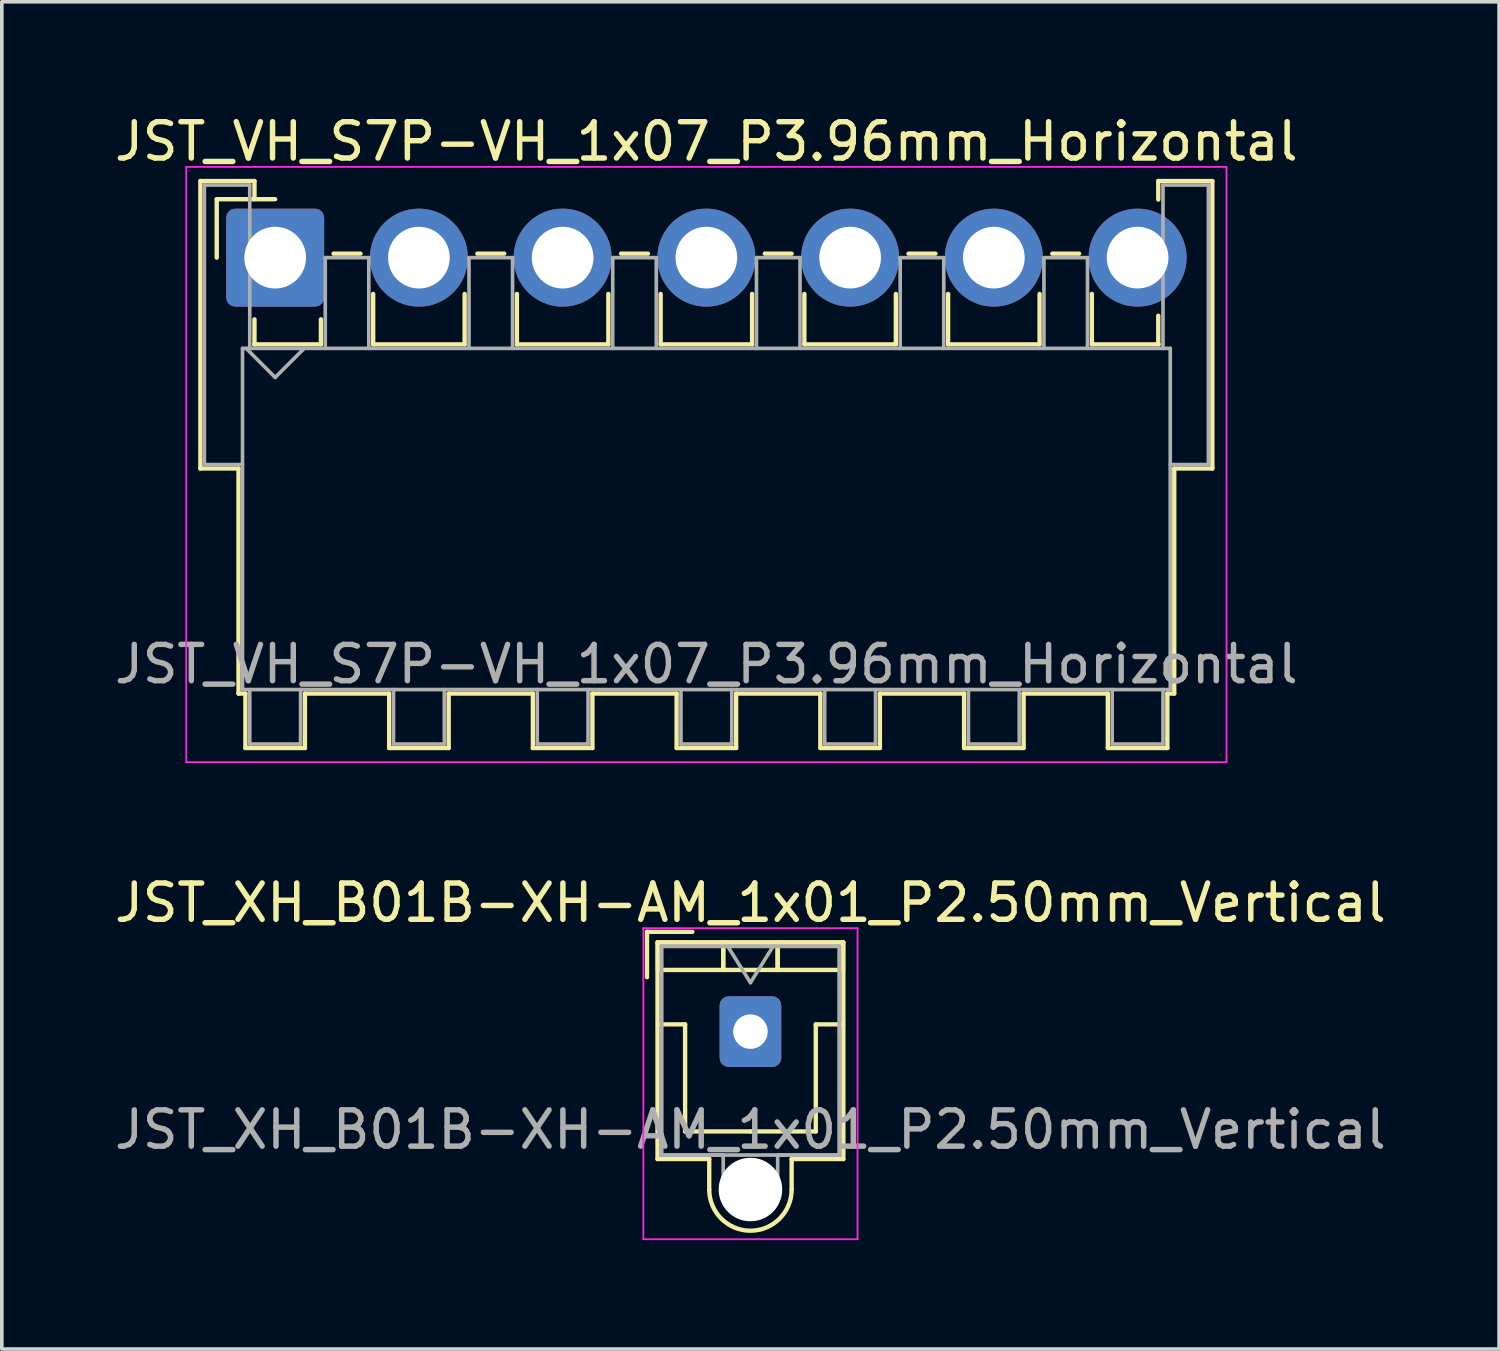
<source format=kicad_pcb>
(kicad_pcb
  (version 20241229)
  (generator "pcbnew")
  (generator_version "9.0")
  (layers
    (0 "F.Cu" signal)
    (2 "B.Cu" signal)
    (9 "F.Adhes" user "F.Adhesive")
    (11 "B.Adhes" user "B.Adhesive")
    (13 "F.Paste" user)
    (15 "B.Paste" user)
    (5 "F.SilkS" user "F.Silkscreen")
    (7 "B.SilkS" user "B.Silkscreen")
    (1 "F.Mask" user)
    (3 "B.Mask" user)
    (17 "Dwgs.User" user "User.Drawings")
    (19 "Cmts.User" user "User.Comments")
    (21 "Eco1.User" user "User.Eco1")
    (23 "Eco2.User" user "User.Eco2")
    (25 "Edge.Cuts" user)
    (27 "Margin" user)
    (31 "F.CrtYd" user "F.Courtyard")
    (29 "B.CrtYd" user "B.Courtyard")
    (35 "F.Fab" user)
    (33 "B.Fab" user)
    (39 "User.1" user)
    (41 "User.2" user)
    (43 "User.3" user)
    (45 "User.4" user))
  (footprint "JST_VH_S7P-VH_1x07_P3.96mm_Horizontal"
    (layer "F.Cu")
    (at 4.531 4.048)
    (property "Reference" "JST_VH_S7P-VH_1x07_P3.96mm_Horizontal" (at 11.88 -3.2 0) (layer "F.SilkS") (effects (font (size 1 1) (thickness 0.15))))
    (attr through_hole)
    (fp_line (start -2.06 -2.11) (end -0.57 -2.11) (stroke (width 0.12) (type solid)) (layer "F.SilkS"))
    (fp_line (start -2.06 5.81) (end -2.06 -2.11) (stroke (width 0.12) (type solid)) (layer "F.SilkS"))
    (fp_line (start -1.61 -1.61) (end -1.61 0) (stroke (width 0.12) (type solid)) (layer "F.SilkS"))
    (fp_line (start -1.01 5.81) (end -2.06 5.81) (stroke (width 0.12) (type solid)) (layer "F.SilkS"))
    (fp_line (start -1.01 5.81) (end -1.01 12.01) (stroke (width 0.12) (type solid)) (layer "F.SilkS"))
    (fp_line (start -1.01 12.01) (end -0.82 12.01) (stroke (width 0.12) (type solid)) (layer "F.SilkS"))
    (fp_line (start -0.82 12.01) (end -0.82 13.51) (stroke (width 0.12) (type solid)) (layer "F.SilkS"))
    (fp_line (start -0.82 13.51) (end 0.82 13.51) (stroke (width 0.12) (type solid)) (layer "F.SilkS"))
    (fp_line (start -0.58 2.39) (end 1.26 2.39) (stroke (width 0.12) (type solid)) (layer "F.SilkS"))
    (fp_line (start -0.57 -2.11) (end -0.57 -1.61) (stroke (width 0.12) (type solid)) (layer "F.SilkS"))
    (fp_line (start -0.57 1.7) (end -0.57 2.39) (stroke (width 0.12) (type solid)) (layer "F.SilkS"))
    (fp_line (start 0 -1.61) (end -1.61 -1.61) (stroke (width 0.12) (type solid)) (layer "F.SilkS"))
    (fp_line (start 0.82 12.01) (end 3.14 12.01) (stroke (width 0.12) (type solid)) (layer "F.SilkS"))
    (fp_line (start 0.82 13.51) (end 0.82 12.01) (stroke (width 0.12) (type solid)) (layer "F.SilkS"))
    (fp_line (start 1.26 2.39) (end 1.26 1.7) (stroke (width 0.12) (type solid)) (layer "F.SilkS"))
    (fp_line (start 1.61 -0.11) (end 2.35 -0.11) (stroke (width 0.12) (type solid)) (layer "F.SilkS"))
    (fp_line (start 2.7 1) (end 2.7 2.39) (stroke (width 0.12) (type solid)) (layer "F.SilkS"))
    (fp_line (start 2.7 2.39) (end 5.22 2.39) (stroke (width 0.12) (type solid)) (layer "F.SilkS"))
    (fp_line (start 3.14 12.01) (end 3.14 13.51) (stroke (width 0.12) (type solid)) (layer "F.SilkS"))
    (fp_line (start 3.14 13.51) (end 4.78 13.51) (stroke (width 0.12) (type solid)) (layer "F.SilkS"))
    (fp_line (start 4.78 12.01) (end 7.1 12.01) (stroke (width 0.12) (type solid)) (layer "F.SilkS"))
    (fp_line (start 4.78 13.51) (end 4.78 12.01) (stroke (width 0.12) (type solid)) (layer "F.SilkS"))
    (fp_line (start 5.22 2.39) (end 5.22 1) (stroke (width 0.12) (type solid)) (layer "F.SilkS"))
    (fp_line (start 5.57 -0.11) (end 6.31 -0.11) (stroke (width 0.12) (type solid)) (layer "F.SilkS"))
    (fp_line (start 6.66 1) (end 6.66 2.39) (stroke (width 0.12) (type solid)) (layer "F.SilkS"))
    (fp_line (start 6.66 2.39) (end 9.18 2.39) (stroke (width 0.12) (type solid)) (layer "F.SilkS"))
    (fp_line (start 7.1 12.01) (end 7.1 13.51) (stroke (width 0.12) (type solid)) (layer "F.SilkS"))
    (fp_line (start 7.1 13.51) (end 8.74 13.51) (stroke (width 0.12) (type solid)) (layer "F.SilkS"))
    (fp_line (start 8.74 12.01) (end 11.06 12.01) (stroke (width 0.12) (type solid)) (layer "F.SilkS"))
    (fp_line (start 8.74 13.51) (end 8.74 12.01) (stroke (width 0.12) (type solid)) (layer "F.SilkS"))
    (fp_line (start 9.18 2.39) (end 9.18 1) (stroke (width 0.12) (type solid)) (layer "F.SilkS"))
    (fp_line (start 9.53 -0.11) (end 10.27 -0.11) (stroke (width 0.12) (type solid)) (layer "F.SilkS"))
    (fp_line (start 10.62 1) (end 10.62 2.39) (stroke (width 0.12) (type solid)) (layer "F.SilkS"))
    (fp_line (start 10.62 2.39) (end 13.14 2.39) (stroke (width 0.12) (type solid)) (layer "F.SilkS"))
    (fp_line (start 11.06 12.01) (end 11.06 13.51) (stroke (width 0.12) (type solid)) (layer "F.SilkS"))
    (fp_line (start 11.06 13.51) (end 12.7 13.51) (stroke (width 0.12) (type solid)) (layer "F.SilkS"))
    (fp_line (start 12.7 12.01) (end 15.02 12.01) (stroke (width 0.12) (type solid)) (layer "F.SilkS"))
    (fp_line (start 12.7 13.51) (end 12.7 12.01) (stroke (width 0.12) (type solid)) (layer "F.SilkS"))
    (fp_line (start 13.14 2.39) (end 13.14 1) (stroke (width 0.12) (type solid)) (layer "F.SilkS"))
    (fp_line (start 13.49 -0.11) (end 14.23 -0.11) (stroke (width 0.12) (type solid)) (layer "F.SilkS"))
    (fp_line (start 14.58 1) (end 14.58 2.39) (stroke (width 0.12) (type solid)) (layer "F.SilkS"))
    (fp_line (start 14.58 2.39) (end 17.1 2.39) (stroke (width 0.12) (type solid)) (layer "F.SilkS"))
    (fp_line (start 15.02 12.01) (end 15.02 13.51) (stroke (width 0.12) (type solid)) (layer "F.SilkS"))
    (fp_line (start 15.02 13.51) (end 16.66 13.51) (stroke (width 0.12) (type solid)) (layer "F.SilkS"))
    (fp_line (start 16.66 12.01) (end 18.98 12.01) (stroke (width 0.12) (type solid)) (layer "F.SilkS"))
    (fp_line (start 16.66 13.51) (end 16.66 12.01) (stroke (width 0.12) (type solid)) (layer "F.SilkS"))
    (fp_line (start 17.1 2.39) (end 17.1 1) (stroke (width 0.12) (type solid)) (layer "F.SilkS"))
    (fp_line (start 17.45 -0.11) (end 18.19 -0.11) (stroke (width 0.12) (type solid)) (layer "F.SilkS"))
    (fp_line (start 18.54 1) (end 18.54 2.39) (stroke (width 0.12) (type solid)) (layer "F.SilkS"))
    (fp_line (start 18.54 2.39) (end 21.06 2.39) (stroke (width 0.12) (type solid)) (layer "F.SilkS"))
    (fp_line (start 18.98 12.01) (end 18.98 13.51) (stroke (width 0.12) (type solid)) (layer "F.SilkS"))
    (fp_line (start 18.98 13.51) (end 20.62 13.51) (stroke (width 0.12) (type solid)) (layer "F.SilkS"))
    (fp_line (start 20.62 12.01) (end 22.94 12.01) (stroke (width 0.12) (type solid)) (layer "F.SilkS"))
    (fp_line (start 20.62 13.51) (end 20.62 12.01) (stroke (width 0.12) (type solid)) (layer "F.SilkS"))
    (fp_line (start 21.06 2.39) (end 21.06 1) (stroke (width 0.12) (type solid)) (layer "F.SilkS"))
    (fp_line (start 21.41 -0.11) (end 22.15 -0.11) (stroke (width 0.12) (type solid)) (layer "F.SilkS"))
    (fp_line (start 22.5 1) (end 22.5 2.39) (stroke (width 0.12) (type solid)) (layer "F.SilkS"))
    (fp_line (start 22.5 2.39) (end 24.34 2.39) (stroke (width 0.12) (type solid)) (layer "F.SilkS"))
    (fp_line (start 22.94 12.01) (end 22.94 13.51) (stroke (width 0.12) (type solid)) (layer "F.SilkS"))
    (fp_line (start 22.94 13.51) (end 24.58 13.51) (stroke (width 0.12) (type solid)) (layer "F.SilkS"))
    (fp_line (start 24.33 -2.11) (end 25.82 -2.11) (stroke (width 0.12) (type solid)) (layer "F.SilkS"))
    (fp_line (start 24.33 -1.6) (end 24.33 -2.11) (stroke (width 0.12) (type solid)) (layer "F.SilkS"))
    (fp_line (start 24.33 2.39) (end 24.33 1.6) (stroke (width 0.12) (type solid)) (layer "F.SilkS"))
    (fp_line (start 24.58 12.01) (end 24.77 12.01) (stroke (width 0.12) (type solid)) (layer "F.SilkS"))
    (fp_line (start 24.58 13.51) (end 24.58 12.01) (stroke (width 0.12) (type solid)) (layer "F.SilkS"))
    (fp_line (start 24.77 12.01) (end 24.77 5.81) (stroke (width 0.12) (type solid)) (layer "F.SilkS"))
    (fp_line (start 25.82 -2.11) (end 25.82 5.81) (stroke (width 0.12) (type solid)) (layer "F.SilkS"))
    (fp_line (start 25.82 5.81) (end 24.77 5.81) (stroke (width 0.12) (type solid)) (layer "F.SilkS"))
    (fp_line (start -2.45 -2.5) (end -2.45 13.9) (stroke (width 0.05) (type solid)) (layer "F.CrtYd"))
    (fp_line (start -2.45 13.9) (end 26.21 13.9) (stroke (width 0.05) (type solid)) (layer "F.CrtYd"))
    (fp_line (start 26.21 -2.5) (end -2.45 -2.5) (stroke (width 0.05) (type solid)) (layer "F.CrtYd"))
    (fp_line (start 26.21 13.9) (end 26.21 -2.5) (stroke (width 0.05) (type solid)) (layer "F.CrtYd"))
    (fp_line (start -1.95 -2) (end -0.7 -2) (stroke (width 0.1) (type solid)) (layer "F.Fab"))
    (fp_line (start -1.95 5.7) (end -1.95 -2) (stroke (width 0.1) (type solid)) (layer "F.Fab"))
    (fp_line (start -0.9 2.5) (end -0.9 11.9) (stroke (width 0.1) (type solid)) (layer "F.Fab"))
    (fp_line (start -0.9 5.7) (end -1.95 5.7) (stroke (width 0.1) (type solid)) (layer "F.Fab"))
    (fp_line (start -0.9 11.9) (end 24.66 11.9) (stroke (width 0.1) (type solid)) (layer "F.Fab"))
    (fp_line (start -0.8 2.5) (end 0 3.3) (stroke (width 0.1) (type solid)) (layer "F.Fab"))
    (fp_line (start -0.7 -2) (end -0.7 2.5) (stroke (width 0.1) (type solid)) (layer "F.Fab"))
    (fp_line (start -0.7 11.9) (end -0.7 13.4) (stroke (width 0.1) (type solid)) (layer "F.Fab"))
    (fp_line (start -0.7 13.4) (end 0.7 13.4) (stroke (width 0.1) (type solid)) (layer "F.Fab"))
    (fp_line (start 0 3.3) (end 0.8 2.5) (stroke (width 0.1) (type solid)) (layer "F.Fab"))
    (fp_line (start 0.7 13.4) (end 0.7 11.9) (stroke (width 0.1) (type solid)) (layer "F.Fab"))
    (fp_line (start 1.38 0) (end 2.58 0) (stroke (width 0.1) (type solid)) (layer "F.Fab"))
    (fp_line (start 1.38 2.5) (end 1.38 0) (stroke (width 0.1) (type solid)) (layer "F.Fab"))
    (fp_line (start 2.58 0) (end 2.58 2.5) (stroke (width 0.1) (type solid)) (layer "F.Fab"))
    (fp_line (start 3.26 11.9) (end 3.26 13.4) (stroke (width 0.1) (type solid)) (layer "F.Fab"))
    (fp_line (start 3.26 13.4) (end 4.66 13.4) (stroke (width 0.1) (type solid)) (layer "F.Fab"))
    (fp_line (start 4.66 13.4) (end 4.66 11.9) (stroke (width 0.1) (type solid)) (layer "F.Fab"))
    (fp_line (start 5.34 0) (end 6.54 0) (stroke (width 0.1) (type solid)) (layer "F.Fab"))
    (fp_line (start 5.34 2.5) (end 5.34 0) (stroke (width 0.1) (type solid)) (layer "F.Fab"))
    (fp_line (start 6.54 0) (end 6.54 2.5) (stroke (width 0.1) (type solid)) (layer "F.Fab"))
    (fp_line (start 7.22 11.9) (end 7.22 13.4) (stroke (width 0.1) (type solid)) (layer "F.Fab"))
    (fp_line (start 7.22 13.4) (end 8.62 13.4) (stroke (width 0.1) (type solid)) (layer "F.Fab"))
    (fp_line (start 8.62 13.4) (end 8.62 11.9) (stroke (width 0.1) (type solid)) (layer "F.Fab"))
    (fp_line (start 9.3 0) (end 10.5 0) (stroke (width 0.1) (type solid)) (layer "F.Fab"))
    (fp_line (start 9.3 2.5) (end 9.3 0) (stroke (width 0.1) (type solid)) (layer "F.Fab"))
    (fp_line (start 10.5 0) (end 10.5 2.5) (stroke (width 0.1) (type solid)) (layer "F.Fab"))
    (fp_line (start 11.18 11.9) (end 11.18 13.4) (stroke (width 0.1) (type solid)) (layer "F.Fab"))
    (fp_line (start 11.18 13.4) (end 12.58 13.4) (stroke (width 0.1) (type solid)) (layer "F.Fab"))
    (fp_line (start 12.58 13.4) (end 12.58 11.9) (stroke (width 0.1) (type solid)) (layer "F.Fab"))
    (fp_line (start 13.26 0) (end 14.46 0) (stroke (width 0.1) (type solid)) (layer "F.Fab"))
    (fp_line (start 13.26 2.5) (end 13.26 0) (stroke (width 0.1) (type solid)) (layer "F.Fab"))
    (fp_line (start 14.46 0) (end 14.46 2.5) (stroke (width 0.1) (type solid)) (layer "F.Fab"))
    (fp_line (start 15.14 11.9) (end 15.14 13.4) (stroke (width 0.1) (type solid)) (layer "F.Fab"))
    (fp_line (start 15.14 13.4) (end 16.54 13.4) (stroke (width 0.1) (type solid)) (layer "F.Fab"))
    (fp_line (start 16.54 13.4) (end 16.54 11.9) (stroke (width 0.1) (type solid)) (layer "F.Fab"))
    (fp_line (start 17.22 0) (end 18.42 0) (stroke (width 0.1) (type solid)) (layer "F.Fab"))
    (fp_line (start 17.22 2.5) (end 17.22 0) (stroke (width 0.1) (type solid)) (layer "F.Fab"))
    (fp_line (start 18.42 0) (end 18.42 2.5) (stroke (width 0.1) (type solid)) (layer "F.Fab"))
    (fp_line (start 19.1 11.9) (end 19.1 13.4) (stroke (width 0.1) (type solid)) (layer "F.Fab"))
    (fp_line (start 19.1 13.4) (end 20.5 13.4) (stroke (width 0.1) (type solid)) (layer "F.Fab"))
    (fp_line (start 20.5 13.4) (end 20.5 11.9) (stroke (width 0.1) (type solid)) (layer "F.Fab"))
    (fp_line (start 21.18 0) (end 22.38 0) (stroke (width 0.1) (type solid)) (layer "F.Fab"))
    (fp_line (start 21.18 2.5) (end 21.18 0) (stroke (width 0.1) (type solid)) (layer "F.Fab"))
    (fp_line (start 22.38 0) (end 22.38 2.5) (stroke (width 0.1) (type solid)) (layer "F.Fab"))
    (fp_line (start 23.06 11.9) (end 23.06 13.4) (stroke (width 0.1) (type solid)) (layer "F.Fab"))
    (fp_line (start 23.06 13.4) (end 24.46 13.4) (stroke (width 0.1) (type solid)) (layer "F.Fab"))
    (fp_line (start 24.46 -2) (end 25.71 -2) (stroke (width 0.1) (type solid)) (layer "F.Fab"))
    (fp_line (start 24.46 2.5) (end 24.46 -2) (stroke (width 0.1) (type solid)) (layer "F.Fab"))
    (fp_line (start 24.46 13.4) (end 24.46 11.9) (stroke (width 0.1) (type solid)) (layer "F.Fab"))
    (fp_line (start 24.66 2.5) (end -0.9 2.5) (stroke (width 0.1) (type solid)) (layer "F.Fab"))
    (fp_line (start 24.66 11.9) (end 24.66 2.5) (stroke (width 0.1) (type solid)) (layer "F.Fab"))
    (fp_line (start 25.71 -2) (end 25.71 5.7) (stroke (width 0.1) (type solid)) (layer "F.Fab"))
    (fp_line (start 25.71 5.7) (end 24.66 5.7) (stroke (width 0.1) (type solid)) (layer "F.Fab"))
    (fp_text user "${REFERENCE}" (at 11.88 11.2 0) (layer "F.Fab") (effects (font (size 1 1) (thickness 0.15))))
    (pad "1" thru_hole roundrect (at 0 0) (size 2.7 2.7) (drill 1.7) (layers "*.Cu" "*.Mask") (roundrect_rratio 0.093))
    (pad "2" thru_hole circle (at 3.96 0) (size 2.7 2.7) (drill 1.7) (layers "*.Cu" "*.Mask"))
    (pad "3" thru_hole circle (at 7.92 0) (size 2.7 2.7) (drill 1.7) (layers "*.Cu" "*.Mask"))
    (pad "4" thru_hole circle (at 11.88 0) (size 2.7 2.7) (drill 1.7) (layers "*.Cu" "*.Mask"))
    (pad "5" thru_hole circle (at 15.84 0) (size 2.7 2.7) (drill 1.7) (layers "*.Cu" "*.Mask"))
    (pad "6" thru_hole circle (at 19.8 0) (size 2.7 2.7) (drill 1.7) (layers "*.Cu" "*.Mask"))
    (pad "7" thru_hole circle (at 23.76 0) (size 2.7 2.7) (drill 1.7) (layers "*.Cu" "*.Mask")))
  (footprint "JST_XH_B01B-XH-AM_1x01_P2.50mm_Vertical"
    (layer "F.Cu")
    (at 17.625 25.372)
    (property "Reference" "JST_XH_B01B-XH-AM_1x01_P2.50mm_Vertical" (at 0 -3.55 0) (layer "F.SilkS") (effects (font (size 1 1) (thickness 0.15))))
    (attr through_hole)
    (fp_line (start -2.85 -2.75) (end -2.85 -1.5) (stroke (width 0.12) (type solid)) (layer "F.SilkS"))
    (fp_line (start -2.56 -2.46) (end 2.56 -2.46) (stroke (width 0.12) (type solid)) (layer "F.SilkS"))
    (fp_line (start -2.56 3.51) (end -2.56 -2.46) (stroke (width 0.12) (type solid)) (layer "F.SilkS"))
    (fp_line (start -2.55 -2.45) (end -2.55 -1.7) (stroke (width 0.12) (type solid)) (layer "F.SilkS"))
    (fp_line (start -2.55 -1.7) (end -0.75 -1.7) (stroke (width 0.12) (type solid)) (layer "F.SilkS"))
    (fp_line (start -2.55 -0.2) (end -1.8 -0.2) (stroke (width 0.12) (type solid)) (layer "F.SilkS"))
    (fp_line (start -1.8 -0.2) (end -1.8 2.75) (stroke (width 0.12) (type solid)) (layer "F.SilkS"))
    (fp_line (start -1.8 2.75) (end 0 2.75) (stroke (width 0.12) (type solid)) (layer "F.SilkS"))
    (fp_line (start -1.6 -2.75) (end -2.85 -2.75) (stroke (width 0.12) (type solid)) (layer "F.SilkS"))
    (fp_line (start -1.135 3.51) (end -2.56 3.51) (stroke (width 0.12) (type solid)) (layer "F.SilkS"))
    (fp_line (start -1.135 4.35) (end -1.135 3.51) (stroke (width 0.12) (type solid)) (layer "F.SilkS"))
    (fp_line (start -0.75 -2.45) (end -2.55 -2.45) (stroke (width 0.12) (type solid)) (layer "F.SilkS"))
    (fp_line (start -0.75 -2.45) (end 0.75 -2.45) (stroke (width 0.12) (type solid)) (layer "F.SilkS"))
    (fp_line (start -0.75 -1.7) (end -0.75 -2.45) (stroke (width 0.12) (type solid)) (layer "F.SilkS"))
    (fp_line (start -0.75 -1.7) (end -0.75 -2.45) (stroke (width 0.12) (type solid)) (layer "F.SilkS"))
    (fp_line (start 0.75 -2.45) (end 0.75 -1.7) (stroke (width 0.12) (type solid)) (layer "F.SilkS"))
    (fp_line (start 0.75 -2.45) (end 0.75 -1.7) (stroke (width 0.12) (type solid)) (layer "F.SilkS"))
    (fp_line (start 0.75 -1.7) (end -0.75 -1.7) (stroke (width 0.12) (type solid)) (layer "F.SilkS"))
    (fp_line (start 0.75 -1.7) (end 2.55 -1.7) (stroke (width 0.12) (type solid)) (layer "F.SilkS"))
    (fp_line (start 1.135 3.51) (end 1.135 4.35) (stroke (width 0.12) (type solid)) (layer "F.SilkS"))
    (fp_line (start 1.8 -0.2) (end 1.8 2.75) (stroke (width 0.12) (type solid)) (layer "F.SilkS"))
    (fp_line (start 1.8 2.75) (end 0 2.75) (stroke (width 0.12) (type solid)) (layer "F.SilkS"))
    (fp_line (start 2.55 -2.45) (end 0.75 -2.45) (stroke (width 0.12) (type solid)) (layer "F.SilkS"))
    (fp_line (start 2.55 -1.7) (end 2.55 -2.45) (stroke (width 0.12) (type solid)) (layer "F.SilkS"))
    (fp_line (start 2.55 -0.2) (end 1.8 -0.2) (stroke (width 0.12) (type solid)) (layer "F.SilkS"))
    (fp_line (start 2.56 -2.46) (end 2.56 3.51) (stroke (width 0.12) (type solid)) (layer "F.SilkS"))
    (fp_line (start 2.56 3.51) (end 1.135 3.51) (stroke (width 0.12) (type solid)) (layer "F.SilkS"))
    (fp_arc (start 1.135 4.35) (mid 0 5.485) (end -1.135 4.35) (stroke (width 0.12) (type solid)) (layer "F.SilkS"))
    (fp_line (start -2.95 -2.85) (end -2.95 5.72) (stroke (width 0.05) (type solid)) (layer "F.CrtYd"))
    (fp_line (start -2.95 5.72) (end 2.95 5.72) (stroke (width 0.05) (type solid)) (layer "F.CrtYd"))
    (fp_line (start 2.95 -2.85) (end -2.95 -2.85) (stroke (width 0.05) (type solid)) (layer "F.CrtYd"))
    (fp_line (start 2.95 5.72) (end 2.95 -2.85) (stroke (width 0.05) (type solid)) (layer "F.CrtYd"))
    (fp_line (start -2.45 -2.35) (end -2.45 3.4) (stroke (width 0.1) (type solid)) (layer "F.Fab"))
    (fp_line (start -2.45 -2.35) (end 2.45 -2.35) (stroke (width 0.1) (type solid)) (layer "F.Fab"))
    (fp_line (start -2.45 3.4) (end -2.45 -2.35) (stroke (width 0.1) (type solid)) (layer "F.Fab"))
    (fp_line (start -2.45 3.4) (end 2.45 3.4) (stroke (width 0.1) (type solid)) (layer "F.Fab"))
    (fp_line (start -0.75 3.4) (end -2.45 3.4) (stroke (width 0.1) (type solid)) (layer "F.Fab"))
    (fp_line (start -0.75 4.35) (end -0.75 3.4) (stroke (width 0.1) (type solid)) (layer "F.Fab"))
    (fp_line (start -0.625 -2.35) (end 0 -1.35) (stroke (width 0.1) (type solid)) (layer "F.Fab"))
    (fp_line (start 0 -1.35) (end 0.625 -2.35) (stroke (width 0.1) (type solid)) (layer "F.Fab"))
    (fp_line (start 0.75 3.4) (end 0.75 4.35) (stroke (width 0.1) (type solid)) (layer "F.Fab"))
    (fp_line (start 2.45 -2.35) (end -2.45 -2.35) (stroke (width 0.1) (type solid)) (layer "F.Fab"))
    (fp_line (start 2.45 -2.35) (end 2.45 3.4) (stroke (width 0.1) (type solid)) (layer "F.Fab"))
    (fp_line (start 2.45 3.4) (end 0.75 3.4) (stroke (width 0.1) (type solid)) (layer "F.Fab"))
    (fp_line (start 2.45 3.4) (end 2.45 -2.35) (stroke (width 0.1) (type solid)) (layer "F.Fab"))
    (fp_arc (start 0.75 4.35) (mid 0 5.1) (end -0.75 4.35) (stroke (width 0.1) (type solid)) (layer "F.Fab"))
    (fp_text user "${REFERENCE}" (at 0 2.7 0) (layer "F.Fab") (effects (font (size 1 1) (thickness 0.15))))
    (pad "" np_thru_hole circle (at 0 4.35) (size 1.75 1.75) (drill 1.75) (layers "*.Cu" "*.Mask"))
    (pad "1" thru_hole roundrect (at 0 0) (size 1.7 1.95) (drill 0.95) (layers "*.Cu" "*.Mask") (roundrect_rratio 0.147)))
  (gr_rect
    (start -3 -3)
    (end 38.25 34.117)
    (stroke (width 0.1) (type default))
    (fill no)
    (layer "Edge.Cuts")))
</source>
